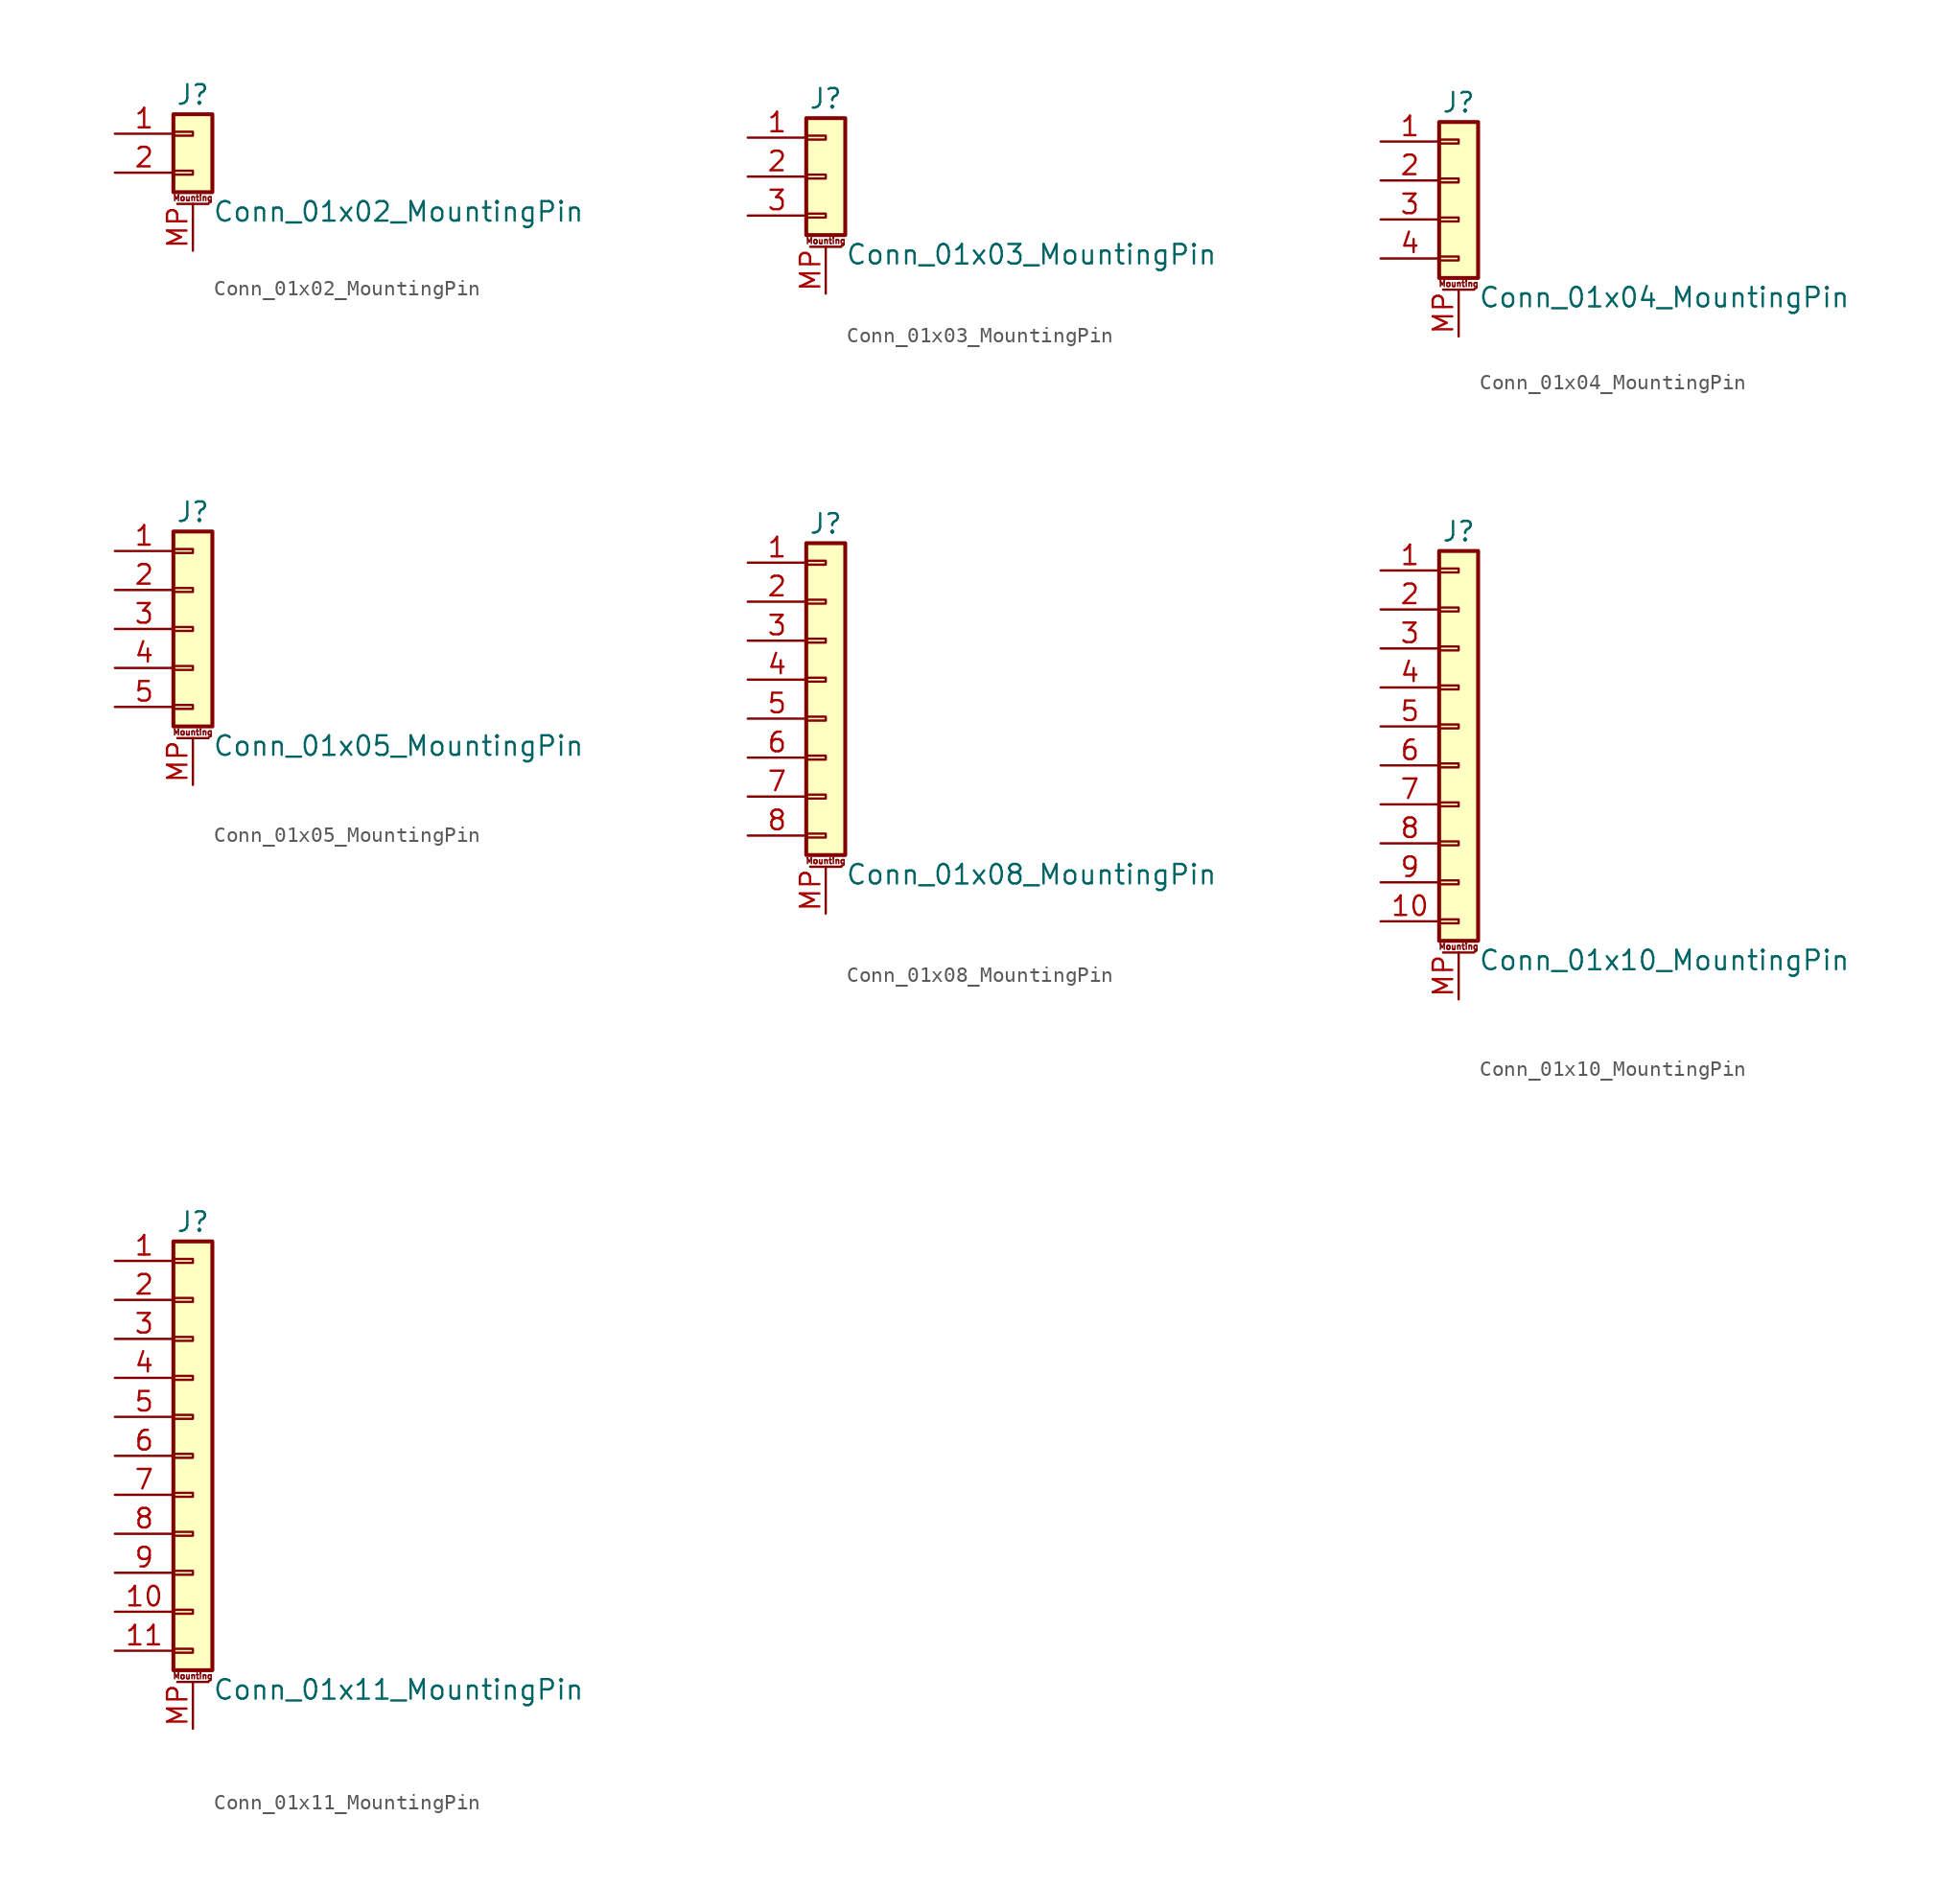
<source format=kicad_sym>
(kicad_symbol_lib
  (version 20201005)
  (generator kicad_symbol_editor)
  (symbol "Conn_01x02_MountingPin"
    (pin_names
      (offset 1.016) hide)
    (property "Reference" "J"
      (at 0 2.54 0)
      (effects (font (size 1.27 1.27))))
    (property "Value" "Conn_01x02_MountingPin"
      (at 1.27 -5.08 0)
      (effects (font (size 1.27 1.27)) (justify left)))
    (symbol "Conn_01x02_MountingPin_1_1"
      (text "Mounting" (at 0 -4.191 0) (effects (font (size 0.381 0.381))))
      (rectangle (start -1.27 -2.413) (end 0 -2.667) (stroke (width 0.152)) (fill (type none)))
      (rectangle (start -1.27 0.127) (end 0 -0.127) (stroke (width 0.152)) (fill (type none)))
      (rectangle (start -1.27 1.27) (end 1.27 -3.81) (stroke (width 0.254)) (fill (type background)))
      (polyline (pts (xy -1.016 -4.572) (xy 1.016 -4.572)) (stroke (width 0.152)) (fill (type none)))
      (pin passive line (at -5.08 0 0) (length 3.81) (name "Pin_1" (effects (font (size 1.27 1.27)))) (number "1" (effects (font (size 1.27 1.27)))))
      (pin passive line (at -5.08 -2.54 0) (length 3.81) (name "Pin_2" (effects (font (size 1.27 1.27)))) (number "2" (effects (font (size 1.27 1.27)))))
      (pin passive line (at 0 -7.62 90) (length 3.048) (name "MountPin" (effects (font (size 1.27 1.27)))) (number "MP" (effects (font (size 1.27 1.27)))))))
  (symbol "Conn_01x03_MountingPin"
    (pin_names
      (offset 1.016) hide)
    (property "Reference" "J"
      (at 0 5.08 0)
      (effects (font (size 1.27 1.27))))
    (property "Value" "Conn_01x03_MountingPin"
      (at 1.27 -5.08 0)
      (effects (font (size 1.27 1.27)) (justify left)))
    (symbol "Conn_01x03_MountingPin_1_1"
      (text "Mounting" (at 0 -4.191 0) (effects (font (size 0.381 0.381))))
      (rectangle (start -1.27 -2.413) (end 0 -2.667) (stroke (width 0.152)) (fill (type none)))
      (rectangle (start -1.27 0.127) (end 0 -0.127) (stroke (width 0.152)) (fill (type none)))
      (rectangle (start -1.27 2.667) (end 0 2.413) (stroke (width 0.152)) (fill (type none)))
      (rectangle (start -1.27 3.81) (end 1.27 -3.81) (stroke (width 0.254)) (fill (type background)))
      (polyline (pts (xy -1.016 -4.572) (xy 1.016 -4.572)) (stroke (width 0.152)) (fill (type none)))
      (pin passive line (at -5.08 2.54 0) (length 3.81) (name "Pin_1" (effects (font (size 1.27 1.27)))) (number "1" (effects (font (size 1.27 1.27)))))
      (pin passive line (at -5.08 0 0) (length 3.81) (name "Pin_2" (effects (font (size 1.27 1.27)))) (number "2" (effects (font (size 1.27 1.27)))))
      (pin passive line (at -5.08 -2.54 0) (length 3.81) (name "Pin_3" (effects (font (size 1.27 1.27)))) (number "3" (effects (font (size 1.27 1.27)))))
      (pin passive line (at 0 -7.62 90) (length 3.048) (name "MountPin" (effects (font (size 1.27 1.27)))) (number "MP" (effects (font (size 1.27 1.27)))))))
  (symbol "Conn_01x04_MountingPin"
    (pin_names
      (offset 1.016) hide)
    (property "Reference" "J"
      (at 0 5.08 0)
      (effects (font (size 1.27 1.27))))
    (property "Value" "Conn_01x04_MountingPin"
      (at 1.27 -7.62 0)
      (effects (font (size 1.27 1.27)) (justify left)))
    (symbol "Conn_01x04_MountingPin_1_1"
      (text "Mounting" (at 0 -6.731 0) (effects (font (size 0.381 0.381))))
      (rectangle (start -1.27 -4.953) (end 0 -5.207) (stroke (width 0.152)) (fill (type none)))
      (rectangle (start -1.27 -2.413) (end 0 -2.667) (stroke (width 0.152)) (fill (type none)))
      (rectangle (start -1.27 0.127) (end 0 -0.127) (stroke (width 0.152)) (fill (type none)))
      (rectangle (start -1.27 2.667) (end 0 2.413) (stroke (width 0.152)) (fill (type none)))
      (rectangle (start -1.27 3.81) (end 1.27 -6.35) (stroke (width 0.254)) (fill (type background)))
      (polyline (pts (xy -1.016 -7.112) (xy 1.016 -7.112)) (stroke (width 0.152)) (fill (type none)))
      (pin passive line (at -5.08 2.54 0) (length 3.81) (name "Pin_1" (effects (font (size 1.27 1.27)))) (number "1" (effects (font (size 1.27 1.27)))))
      (pin passive line (at -5.08 0 0) (length 3.81) (name "Pin_2" (effects (font (size 1.27 1.27)))) (number "2" (effects (font (size 1.27 1.27)))))
      (pin passive line (at -5.08 -2.54 0) (length 3.81) (name "Pin_3" (effects (font (size 1.27 1.27)))) (number "3" (effects (font (size 1.27 1.27)))))
      (pin passive line (at -5.08 -5.08 0) (length 3.81) (name "Pin_4" (effects (font (size 1.27 1.27)))) (number "4" (effects (font (size 1.27 1.27)))))
      (pin passive line (at 0 -10.16 90) (length 3.048) (name "MountPin" (effects (font (size 1.27 1.27)))) (number "MP" (effects (font (size 1.27 1.27)))))))
  (symbol "Conn_01x05_MountingPin"
    (pin_names
      (offset 1.016) hide)
    (property "Reference" "J"
      (at 0 7.62 0)
      (effects (font (size 1.27 1.27))))
    (property "Value" "Conn_01x05_MountingPin"
      (at 1.27 -7.62 0)
      (effects (font (size 1.27 1.27)) (justify left)))
    (symbol "Conn_01x05_MountingPin_1_1"
      (text "Mounting" (at 0 -6.731 0) (effects (font (size 0.381 0.381))))
      (rectangle (start -1.27 -4.953) (end 0 -5.207) (stroke (width 0.152)) (fill (type none)))
      (rectangle (start -1.27 -2.413) (end 0 -2.667) (stroke (width 0.152)) (fill (type none)))
      (rectangle (start -1.27 0.127) (end 0 -0.127) (stroke (width 0.152)) (fill (type none)))
      (rectangle (start -1.27 2.667) (end 0 2.413) (stroke (width 0.152)) (fill (type none)))
      (rectangle (start -1.27 5.207) (end 0 4.953) (stroke (width 0.152)) (fill (type none)))
      (rectangle (start -1.27 6.35) (end 1.27 -6.35) (stroke (width 0.254)) (fill (type background)))
      (polyline (pts (xy -1.016 -7.112) (xy 1.016 -7.112)) (stroke (width 0.152)) (fill (type none)))
      (pin passive line (at -5.08 5.08 0) (length 3.81) (name "Pin_1" (effects (font (size 1.27 1.27)))) (number "1" (effects (font (size 1.27 1.27)))))
      (pin passive line (at -5.08 2.54 0) (length 3.81) (name "Pin_2" (effects (font (size 1.27 1.27)))) (number "2" (effects (font (size 1.27 1.27)))))
      (pin passive line (at -5.08 0 0) (length 3.81) (name "Pin_3" (effects (font (size 1.27 1.27)))) (number "3" (effects (font (size 1.27 1.27)))))
      (pin passive line (at -5.08 -2.54 0) (length 3.81) (name "Pin_4" (effects (font (size 1.27 1.27)))) (number "4" (effects (font (size 1.27 1.27)))))
      (pin passive line (at -5.08 -5.08 0) (length 3.81) (name "Pin_5" (effects (font (size 1.27 1.27)))) (number "5" (effects (font (size 1.27 1.27)))))
      (pin passive line (at 0 -10.16 90) (length 3.048) (name "MountPin" (effects (font (size 1.27 1.27)))) (number "MP" (effects (font (size 1.27 1.27)))))))
  (symbol "Conn_01x08_MountingPin"
    (pin_names
      (offset 1.016) hide)
    (property "Reference" "J"
      (at 0 10.16 0)
      (effects (font (size 1.27 1.27))))
    (property "Value" "Conn_01x08_MountingPin"
      (at 1.27 -12.7 0)
      (effects (font (size 1.27 1.27)) (justify left)))
    (symbol "Conn_01x08_MountingPin_1_1"
      (text "Mounting" (at 0 -11.811 0) (effects (font (size 0.381 0.381))))
      (rectangle (start -1.27 -10.033) (end 0 -10.287) (stroke (width 0.152)) (fill (type none)))
      (rectangle (start -1.27 -7.493) (end 0 -7.747) (stroke (width 0.152)) (fill (type none)))
      (rectangle (start -1.27 -4.953) (end 0 -5.207) (stroke (width 0.152)) (fill (type none)))
      (rectangle (start -1.27 -2.413) (end 0 -2.667) (stroke (width 0.152)) (fill (type none)))
      (rectangle (start -1.27 0.127) (end 0 -0.127) (stroke (width 0.152)) (fill (type none)))
      (rectangle (start -1.27 2.667) (end 0 2.413) (stroke (width 0.152)) (fill (type none)))
      (rectangle (start -1.27 5.207) (end 0 4.953) (stroke (width 0.152)) (fill (type none)))
      (rectangle (start -1.27 7.747) (end 0 7.493) (stroke (width 0.152)) (fill (type none)))
      (rectangle (start -1.27 8.89) (end 1.27 -11.43) (stroke (width 0.254)) (fill (type background)))
      (polyline (pts (xy -1.016 -12.192) (xy 1.016 -12.192)) (stroke (width 0.152)) (fill (type none)))
      (pin passive line (at -5.08 7.62 0) (length 3.81) (name "Pin_1" (effects (font (size 1.27 1.27)))) (number "1" (effects (font (size 1.27 1.27)))))
      (pin passive line (at -5.08 5.08 0) (length 3.81) (name "Pin_2" (effects (font (size 1.27 1.27)))) (number "2" (effects (font (size 1.27 1.27)))))
      (pin passive line (at -5.08 2.54 0) (length 3.81) (name "Pin_3" (effects (font (size 1.27 1.27)))) (number "3" (effects (font (size 1.27 1.27)))))
      (pin passive line (at -5.08 0 0) (length 3.81) (name "Pin_4" (effects (font (size 1.27 1.27)))) (number "4" (effects (font (size 1.27 1.27)))))
      (pin passive line (at -5.08 -2.54 0) (length 3.81) (name "Pin_5" (effects (font (size 1.27 1.27)))) (number "5" (effects (font (size 1.27 1.27)))))
      (pin passive line (at -5.08 -5.08 0) (length 3.81) (name "Pin_6" (effects (font (size 1.27 1.27)))) (number "6" (effects (font (size 1.27 1.27)))))
      (pin passive line (at -5.08 -7.62 0) (length 3.81) (name "Pin_7" (effects (font (size 1.27 1.27)))) (number "7" (effects (font (size 1.27 1.27)))))
      (pin passive line (at -5.08 -10.16 0) (length 3.81) (name "Pin_8" (effects (font (size 1.27 1.27)))) (number "8" (effects (font (size 1.27 1.27)))))
      (pin passive line (at 0 -15.24 90) (length 3.048) (name "MountPin" (effects (font (size 1.27 1.27)))) (number "MP" (effects (font (size 1.27 1.27)))))))
  (symbol "Conn_01x10_MountingPin"
    (pin_names
      (offset 1.016) hide)
    (property "Reference" "J"
      (at 0 12.7 0)
      (effects (font (size 1.27 1.27))))
    (property "Value" "Conn_01x10_MountingPin"
      (at 1.27 -15.24 0)
      (effects (font (size 1.27 1.27)) (justify left)))
    (symbol "Conn_01x10_MountingPin_1_1"
      (text "Mounting" (at 0 -14.351 0) (effects (font (size 0.381 0.381))))
      (rectangle (start -1.27 -12.573) (end 0 -12.827) (stroke (width 0.152)) (fill (type none)))
      (rectangle (start -1.27 -10.033) (end 0 -10.287) (stroke (width 0.152)) (fill (type none)))
      (rectangle (start -1.27 -7.493) (end 0 -7.747) (stroke (width 0.152)) (fill (type none)))
      (rectangle (start -1.27 -4.953) (end 0 -5.207) (stroke (width 0.152)) (fill (type none)))
      (rectangle (start -1.27 -2.413) (end 0 -2.667) (stroke (width 0.152)) (fill (type none)))
      (rectangle (start -1.27 0.127) (end 0 -0.127) (stroke (width 0.152)) (fill (type none)))
      (rectangle (start -1.27 2.667) (end 0 2.413) (stroke (width 0.152)) (fill (type none)))
      (rectangle (start -1.27 5.207) (end 0 4.953) (stroke (width 0.152)) (fill (type none)))
      (rectangle (start -1.27 7.747) (end 0 7.493) (stroke (width 0.152)) (fill (type none)))
      (rectangle (start -1.27 10.287) (end 0 10.033) (stroke (width 0.152)) (fill (type none)))
      (rectangle (start -1.27 11.43) (end 1.27 -13.97) (stroke (width 0.254)) (fill (type background)))
      (polyline (pts (xy -1.016 -14.732) (xy 1.016 -14.732)) (stroke (width 0.152)) (fill (type none)))
      (pin passive line (at -5.08 10.16 0) (length 3.81) (name "Pin_1" (effects (font (size 1.27 1.27)))) (number "1" (effects (font (size 1.27 1.27)))))
      (pin passive line (at -5.08 -12.7 0) (length 3.81) (name "Pin_10" (effects (font (size 1.27 1.27)))) (number "10" (effects (font (size 1.27 1.27)))))
      (pin passive line (at -5.08 7.62 0) (length 3.81) (name "Pin_2" (effects (font (size 1.27 1.27)))) (number "2" (effects (font (size 1.27 1.27)))))
      (pin passive line (at -5.08 5.08 0) (length 3.81) (name "Pin_3" (effects (font (size 1.27 1.27)))) (number "3" (effects (font (size 1.27 1.27)))))
      (pin passive line (at -5.08 2.54 0) (length 3.81) (name "Pin_4" (effects (font (size 1.27 1.27)))) (number "4" (effects (font (size 1.27 1.27)))))
      (pin passive line (at -5.08 0 0) (length 3.81) (name "Pin_5" (effects (font (size 1.27 1.27)))) (number "5" (effects (font (size 1.27 1.27)))))
      (pin passive line (at -5.08 -2.54 0) (length 3.81) (name "Pin_6" (effects (font (size 1.27 1.27)))) (number "6" (effects (font (size 1.27 1.27)))))
      (pin passive line (at -5.08 -5.08 0) (length 3.81) (name "Pin_7" (effects (font (size 1.27 1.27)))) (number "7" (effects (font (size 1.27 1.27)))))
      (pin passive line (at -5.08 -7.62 0) (length 3.81) (name "Pin_8" (effects (font (size 1.27 1.27)))) (number "8" (effects (font (size 1.27 1.27)))))
      (pin passive line (at -5.08 -10.16 0) (length 3.81) (name "Pin_9" (effects (font (size 1.27 1.27)))) (number "9" (effects (font (size 1.27 1.27)))))
      (pin passive line (at 0 -17.78 90) (length 3.048) (name "MountPin" (effects (font (size 1.27 1.27)))) (number "MP" (effects (font (size 1.27 1.27)))))))
  (symbol "Conn_01x11_MountingPin"
    (pin_names
      (offset 1.016) hide)
    (property "Reference" "J"
      (at 0 15.24 0)
      (effects (font (size 1.27 1.27))))
    (property "Value" "Conn_01x11_MountingPin"
      (at 1.27 -15.24 0)
      (effects (font (size 1.27 1.27)) (justify left)))
    (symbol "Conn_01x11_MountingPin_1_1"
      (text "Mounting" (at 0 -14.351 0) (effects (font (size 0.381 0.381))))
      (rectangle (start -1.27 -12.573) (end 0 -12.827) (stroke (width 0.152)) (fill (type none)))
      (rectangle (start -1.27 -10.033) (end 0 -10.287) (stroke (width 0.152)) (fill (type none)))
      (rectangle (start -1.27 -7.493) (end 0 -7.747) (stroke (width 0.152)) (fill (type none)))
      (rectangle (start -1.27 -4.953) (end 0 -5.207) (stroke (width 0.152)) (fill (type none)))
      (rectangle (start -1.27 -2.413) (end 0 -2.667) (stroke (width 0.152)) (fill (type none)))
      (rectangle (start -1.27 0.127) (end 0 -0.127) (stroke (width 0.152)) (fill (type none)))
      (rectangle (start -1.27 2.667) (end 0 2.413) (stroke (width 0.152)) (fill (type none)))
      (rectangle (start -1.27 5.207) (end 0 4.953) (stroke (width 0.152)) (fill (type none)))
      (rectangle (start -1.27 7.747) (end 0 7.493) (stroke (width 0.152)) (fill (type none)))
      (rectangle (start -1.27 10.287) (end 0 10.033) (stroke (width 0.152)) (fill (type none)))
      (rectangle (start -1.27 12.827) (end 0 12.573) (stroke (width 0.152)) (fill (type none)))
      (rectangle (start -1.27 13.97) (end 1.27 -13.97) (stroke (width 0.254)) (fill (type background)))
      (polyline (pts (xy -1.016 -14.732) (xy 1.016 -14.732)) (stroke (width 0.152)) (fill (type none)))
      (pin passive line (at -5.08 12.7 0) (length 3.81) (name "Pin_1" (effects (font (size 1.27 1.27)))) (number "1" (effects (font (size 1.27 1.27)))))
      (pin passive line (at -5.08 -10.16 0) (length 3.81) (name "Pin_10" (effects (font (size 1.27 1.27)))) (number "10" (effects (font (size 1.27 1.27)))))
      (pin passive line (at -5.08 -12.7 0) (length 3.81) (name "Pin_11" (effects (font (size 1.27 1.27)))) (number "11" (effects (font (size 1.27 1.27)))))
      (pin passive line (at -5.08 10.16 0) (length 3.81) (name "Pin_2" (effects (font (size 1.27 1.27)))) (number "2" (effects (font (size 1.27 1.27)))))
      (pin passive line (at -5.08 7.62 0) (length 3.81) (name "Pin_3" (effects (font (size 1.27 1.27)))) (number "3" (effects (font (size 1.27 1.27)))))
      (pin passive line (at -5.08 5.08 0) (length 3.81) (name "Pin_4" (effects (font (size 1.27 1.27)))) (number "4" (effects (font (size 1.27 1.27)))))
      (pin passive line (at -5.08 2.54 0) (length 3.81) (name "Pin_5" (effects (font (size 1.27 1.27)))) (number "5" (effects (font (size 1.27 1.27)))))
      (pin passive line (at -5.08 0 0) (length 3.81) (name "Pin_6" (effects (font (size 1.27 1.27)))) (number "6" (effects (font (size 1.27 1.27)))))
      (pin passive line (at -5.08 -2.54 0) (length 3.81) (name "Pin_7" (effects (font (size 1.27 1.27)))) (number "7" (effects (font (size 1.27 1.27)))))
      (pin passive line (at -5.08 -5.08 0) (length 3.81) (name "Pin_8" (effects (font (size 1.27 1.27)))) (number "8" (effects (font (size 1.27 1.27)))))
      (pin passive line (at -5.08 -7.62 0) (length 3.81) (name "Pin_9" (effects (font (size 1.27 1.27)))) (number "9" (effects (font (size 1.27 1.27)))))
      (pin passive line (at 0 -17.78 90) (length 3.048) (name "MountPin" (effects (font (size 1.27 1.27)))) (number "MP" (effects (font (size 1.27 1.27))))))))
</source>
